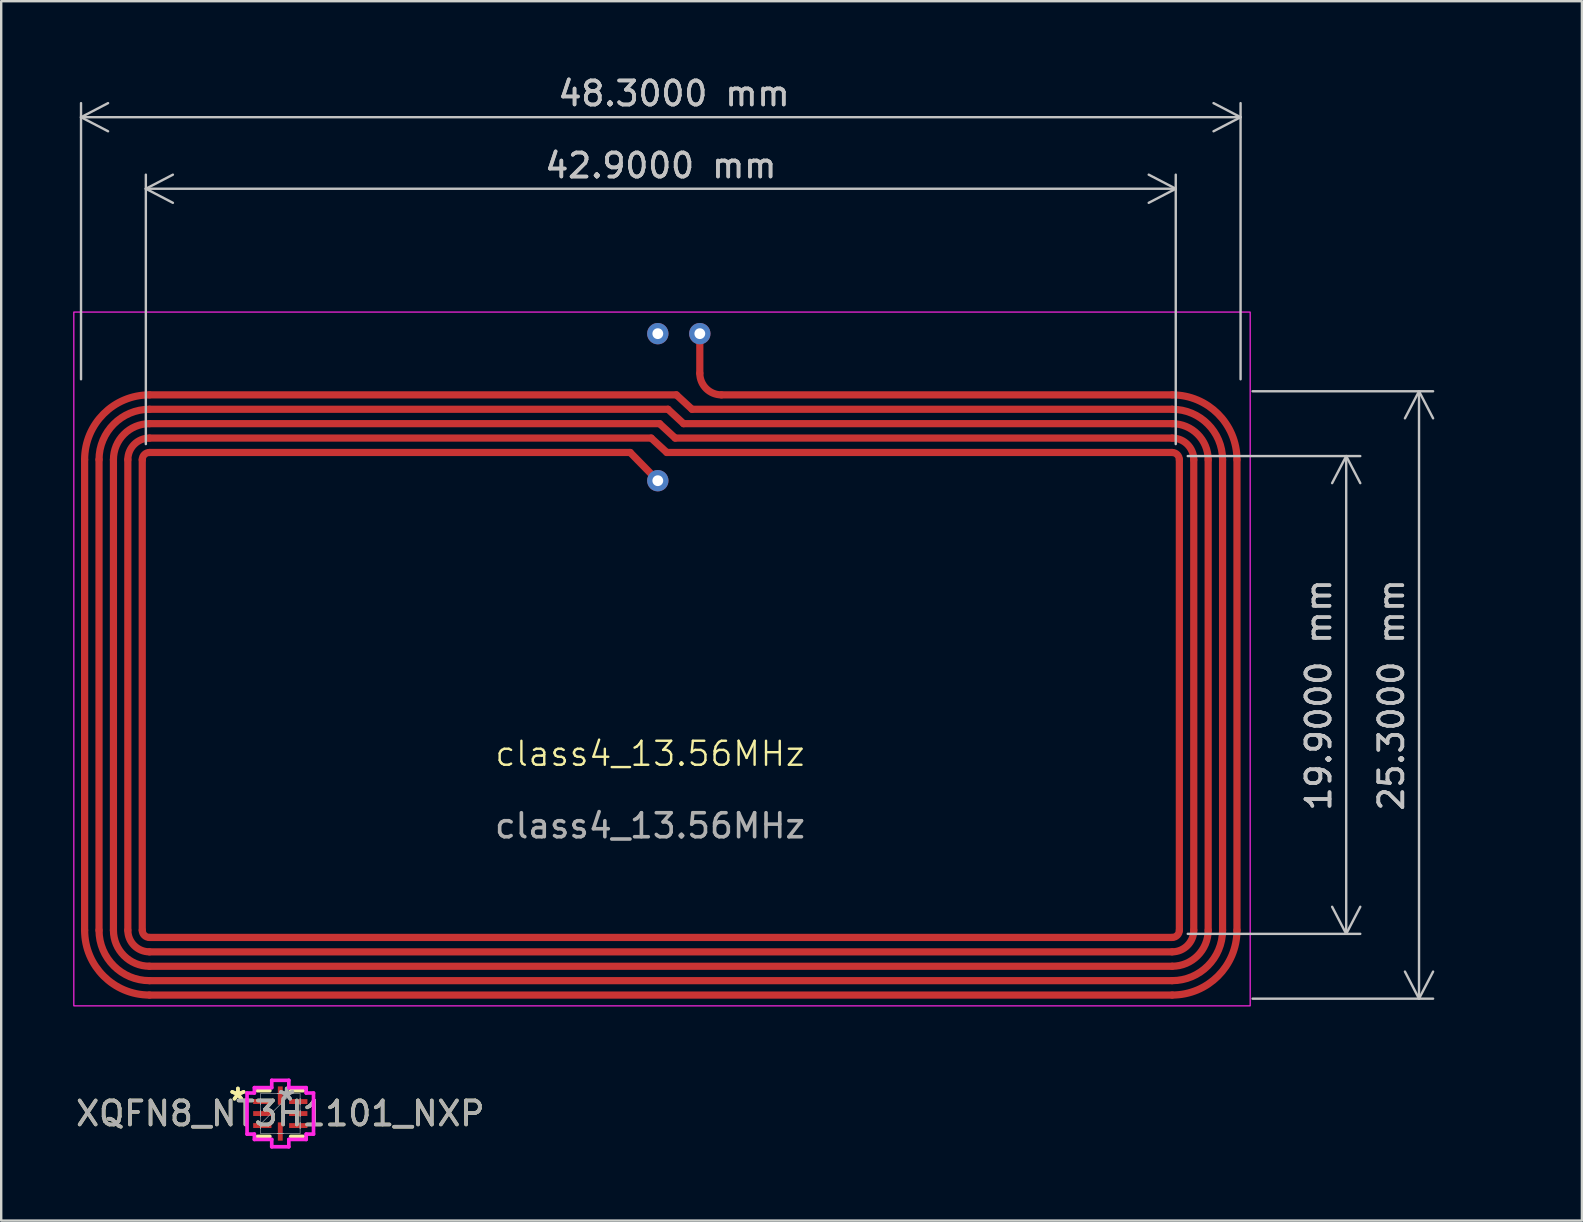
<source format=kicad_pcb>
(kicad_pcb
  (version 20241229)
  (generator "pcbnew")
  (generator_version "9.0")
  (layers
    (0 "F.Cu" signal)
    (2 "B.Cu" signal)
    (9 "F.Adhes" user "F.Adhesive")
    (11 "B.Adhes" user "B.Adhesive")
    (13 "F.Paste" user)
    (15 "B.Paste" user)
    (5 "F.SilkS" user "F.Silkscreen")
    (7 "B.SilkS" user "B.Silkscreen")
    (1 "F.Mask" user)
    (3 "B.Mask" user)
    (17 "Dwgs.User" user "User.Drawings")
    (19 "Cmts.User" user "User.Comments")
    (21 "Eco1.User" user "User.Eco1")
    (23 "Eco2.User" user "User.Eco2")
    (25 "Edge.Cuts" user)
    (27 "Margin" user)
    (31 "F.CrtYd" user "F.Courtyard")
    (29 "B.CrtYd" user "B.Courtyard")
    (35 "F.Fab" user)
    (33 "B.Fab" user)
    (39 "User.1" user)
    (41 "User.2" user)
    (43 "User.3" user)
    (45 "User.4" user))
  (footprint "XQFN8_NT3H1101_NXP"
    (layer "F.Cu")
    (at 8.625 43.334)
    (property "Reference" "XQFN8_NT3H1101_NXP" (at 0 0 0) (unlocked yes) (layer "F.SilkS") (effects (font (size 1 1) (thickness 0.15))))
    (attr smd)
    (fp_line (start -0.953 0.953) (end -0.434 0.953) (stroke (width 0.152) (type solid)) (layer "F.SilkS"))
    (fp_line (start -0.434 -0.953) (end -0.953 -0.953) (stroke (width 0.152) (type solid)) (layer "F.SilkS"))
    (fp_line (start 0.434 0.953) (end 0.953 0.953) (stroke (width 0.152) (type solid)) (layer "F.SilkS"))
    (fp_line (start 0.953 -0.953) (end 0.434 -0.953) (stroke (width 0.152) (type solid)) (layer "F.SilkS"))
    (fp_line (start -1.384 -0.856) (end -1.079 -0.856) (stroke (width 0.152) (type solid)) (layer "F.CrtYd"))
    (fp_line (start -1.384 0.856) (end -1.384 -0.856) (stroke (width 0.152) (type solid)) (layer "F.CrtYd"))
    (fp_line (start -1.079 -1.079) (end -0.356 -1.079) (stroke (width 0.152) (type solid)) (layer "F.CrtYd"))
    (fp_line (start -1.079 -0.856) (end -1.079 -1.079) (stroke (width 0.152) (type solid)) (layer "F.CrtYd"))
    (fp_line (start -1.079 0.856) (end -1.384 0.856) (stroke (width 0.152) (type solid)) (layer "F.CrtYd"))
    (fp_line (start -1.079 1.079) (end -1.079 0.856) (stroke (width 0.152) (type solid)) (layer "F.CrtYd"))
    (fp_line (start -0.356 -1.384) (end 0.356 -1.384) (stroke (width 0.152) (type solid)) (layer "F.CrtYd"))
    (fp_line (start -0.356 -1.079) (end -0.356 -1.384) (stroke (width 0.152) (type solid)) (layer "F.CrtYd"))
    (fp_line (start -0.356 1.079) (end -1.079 1.079) (stroke (width 0.152) (type solid)) (layer "F.CrtYd"))
    (fp_line (start -0.356 1.384) (end -0.356 1.079) (stroke (width 0.152) (type solid)) (layer "F.CrtYd"))
    (fp_line (start 0.356 -1.384) (end 0.356 -1.079) (stroke (width 0.152) (type solid)) (layer "F.CrtYd"))
    (fp_line (start 0.356 -1.079) (end 1.079 -1.079) (stroke (width 0.152) (type solid)) (layer "F.CrtYd"))
    (fp_line (start 0.356 1.079) (end 0.356 1.384) (stroke (width 0.152) (type solid)) (layer "F.CrtYd"))
    (fp_line (start 0.356 1.384) (end -0.356 1.384) (stroke (width 0.152) (type solid)) (layer "F.CrtYd"))
    (fp_line (start 1.079 -1.079) (end 1.079 -0.856) (stroke (width 0.152) (type solid)) (layer "F.CrtYd"))
    (fp_line (start 1.079 -0.856) (end 1.384 -0.856) (stroke (width 0.152) (type solid)) (layer "F.CrtYd"))
    (fp_line (start 1.079 0.856) (end 1.079 1.079) (stroke (width 0.152) (type solid)) (layer "F.CrtYd"))
    (fp_line (start 1.079 1.079) (end 0.356 1.079) (stroke (width 0.152) (type solid)) (layer "F.CrtYd"))
    (fp_line (start 1.384 -0.856) (end 1.384 0.856) (stroke (width 0.152) (type solid)) (layer "F.CrtYd"))
    (fp_line (start 1.384 0.856) (end 1.079 0.856) (stroke (width 0.152) (type solid)) (layer "F.CrtYd"))
    (fp_line (start -0.826 -0.826) (end -0.826 0.826) (stroke (width 0.025) (type solid)) (layer "F.Fab"))
    (fp_line (start -0.826 -0.627) (end -0.826 -0.627) (stroke (width 0.025) (type solid)) (layer "F.Fab"))
    (fp_line (start -0.826 -0.627) (end -0.826 -0.373) (stroke (width 0.025) (type solid)) (layer "F.Fab"))
    (fp_line (start -0.826 -0.373) (end -0.826 -0.627) (stroke (width 0.025) (type solid)) (layer "F.Fab"))
    (fp_line (start -0.826 -0.373) (end -0.826 -0.373) (stroke (width 0.025) (type solid)) (layer "F.Fab"))
    (fp_line (start -0.826 -0.127) (end -0.826 -0.127) (stroke (width 0.025) (type solid)) (layer "F.Fab"))
    (fp_line (start -0.826 -0.127) (end -0.826 0.127) (stroke (width 0.025) (type solid)) (layer "F.Fab"))
    (fp_line (start -0.826 0.127) (end -0.826 -0.127) (stroke (width 0.025) (type solid)) (layer "F.Fab"))
    (fp_line (start -0.826 0.127) (end -0.826 0.127) (stroke (width 0.025) (type solid)) (layer "F.Fab"))
    (fp_line (start -0.826 0.373) (end -0.826 0.373) (stroke (width 0.025) (type solid)) (layer "F.Fab"))
    (fp_line (start -0.826 0.373) (end -0.826 0.627) (stroke (width 0.025) (type solid)) (layer "F.Fab"))
    (fp_line (start -0.826 0.445) (end 0.445 -0.826) (stroke (width 0.025) (type solid)) (layer "F.Fab"))
    (fp_line (start -0.826 0.627) (end -0.826 0.373) (stroke (width 0.025) (type solid)) (layer "F.Fab"))
    (fp_line (start -0.826 0.627) (end -0.826 0.627) (stroke (width 0.025) (type solid)) (layer "F.Fab"))
    (fp_line (start -0.826 0.826) (end 0.826 0.826) (stroke (width 0.025) (type solid)) (layer "F.Fab"))
    (fp_line (start -0.127 -0.826) (end -0.127 -0.826) (stroke (width 0.025) (type solid)) (layer "F.Fab"))
    (fp_line (start -0.127 -0.826) (end 0.127 -0.826) (stroke (width 0.025) (type solid)) (layer "F.Fab"))
    (fp_line (start -0.127 0.826) (end -0.127 0.826) (stroke (width 0.025) (type solid)) (layer "F.Fab"))
    (fp_line (start -0.127 0.826) (end 0.127 0.826) (stroke (width 0.025) (type solid)) (layer "F.Fab"))
    (fp_line (start 0.127 -0.826) (end -0.127 -0.826) (stroke (width 0.025) (type solid)) (layer "F.Fab"))
    (fp_line (start 0.127 -0.826) (end 0.127 -0.826) (stroke (width 0.025) (type solid)) (layer "F.Fab"))
    (fp_line (start 0.127 0.826) (end -0.127 0.826) (stroke (width 0.025) (type solid)) (layer "F.Fab"))
    (fp_line (start 0.127 0.826) (end 0.127 0.826) (stroke (width 0.025) (type solid)) (layer "F.Fab"))
    (fp_line (start 0.826 -0.826) (end -0.826 -0.826) (stroke (width 0.025) (type solid)) (layer "F.Fab"))
    (fp_line (start 0.826 -0.627) (end 0.826 -0.627) (stroke (width 0.025) (type solid)) (layer "F.Fab"))
    (fp_line (start 0.826 -0.627) (end 0.826 -0.373) (stroke (width 0.025) (type solid)) (layer "F.Fab"))
    (fp_line (start 0.826 -0.373) (end 0.826 -0.627) (stroke (width 0.025) (type solid)) (layer "F.Fab"))
    (fp_line (start 0.826 -0.373) (end 0.826 -0.373) (stroke (width 0.025) (type solid)) (layer "F.Fab"))
    (fp_line (start 0.826 -0.127) (end 0.826 -0.127) (stroke (width 0.025) (type solid)) (layer "F.Fab"))
    (fp_line (start 0.826 -0.127) (end 0.826 0.127) (stroke (width 0.025) (type solid)) (layer "F.Fab"))
    (fp_line (start 0.826 0.127) (end 0.826 -0.127) (stroke (width 0.025) (type solid)) (layer "F.Fab"))
    (fp_line (start 0.826 0.127) (end 0.826 0.127) (stroke (width 0.025) (type solid)) (layer "F.Fab"))
    (fp_line (start 0.826 0.373) (end 0.826 0.373) (stroke (width 0.025) (type solid)) (layer "F.Fab"))
    (fp_line (start 0.826 0.373) (end 0.826 0.627) (stroke (width 0.025) (type solid)) (layer "F.Fab"))
    (fp_line (start 0.826 0.627) (end 0.826 0.373) (stroke (width 0.025) (type solid)) (layer "F.Fab"))
    (fp_line (start 0.826 0.627) (end 0.826 0.627) (stroke (width 0.025) (type solid)) (layer "F.Fab"))
    (fp_line (start 0.826 0.826) (end 0.826 -0.826) (stroke (width 0.025) (type solid)) (layer "F.Fab"))
    (fp_text user "*" (at -1.765 -0.5 0) (unlocked yes) (layer "F.SilkS") (effects (font (size 1 1) (thickness 0.15))))
    (fp_text user "*" (at -1.765 -0.5 0) (layer "F.SilkS") (effects (font (size 1 1) (thickness 0.15))))
    (fp_text user "*" (at 0.267 -0.5 0) (unlocked yes) (layer "F.Fab") (effects (font (size 1 1) (thickness 0.15))))
    (fp_text user "${REFERENCE}" (at 0 0 0) (unlocked yes) (layer "F.Fab") (effects (font (size 1 1) (thickness 0.15))))
    (fp_text user "*" (at 0.267 -0.5 0) (layer "F.Fab") (effects (font (size 1 1) (thickness 0.15))))
    (pad "1" smd rect (at -0.749 -0.5 90) (size 0.203 0.762) (layers "F.Cu" "F.Mask" "F.Paste"))
    (pad "2" smd rect (at -0.749 0 90) (size 0.203 0.762) (layers "F.Cu" "F.Mask" "F.Paste"))
    (pad "3" smd rect (at -0.749 0.5 90) (size 0.203 0.762) (layers "F.Cu" "F.Mask" "F.Paste"))
    (pad "4" smd rect (at 0 0.749) (size 0.203 0.762) (layers "F.Cu" "F.Mask" "F.Paste"))
    (pad "5" smd rect (at 0.749 0.5 90) (size 0.203 0.762) (layers "F.Cu" "F.Mask" "F.Paste"))
    (pad "6" smd rect (at 0.749 0 90) (size 0.203 0.762) (layers "F.Cu" "F.Mask" "F.Paste"))
    (pad "7" smd rect (at 0.749 -0.5 90) (size 0.203 0.762) (layers "F.Cu" "F.Mask" "F.Paste"))
    (pad "8" smd rect (at 0 -0.749) (size 0.203 0.762) (layers "F.Cu" "F.Mask" "F.Paste")))
  (footprint "class4_13.56MHz"
    (layer "F.Cu")
    (at 24.025 28.848)
    (property "Reference" "class4_13.56MHz" (at 0 -0.5 0) (unlocked yes) (layer "F.SilkS") (effects (font (size 1 1) (thickness 0.1))))
    (attr through_hole)
    (fp_line (start -23.55 -12.75) (end -23.55 6.85) (stroke (width 0.3) (type default)) (layer "F.Cu"))
    (fp_line (start -22.95 -12.75) (end -22.95 6.85) (stroke (width 0.3) (type default)) (layer "F.Cu"))
    (fp_line (start -22.35 -12.75) (end -22.35 6.85) (stroke (width 0.3) (type default)) (layer "F.Cu"))
    (fp_line (start -21.75 -12.75) (end -21.75 6.85) (stroke (width 0.3) (type default)) (layer "F.Cu"))
    (fp_line (start -21.15 -12.75) (end -21.15 6.85) (stroke (width 0.3) (type default)) (layer "F.Cu"))
    (fp_line (start -20.85 7.15) (end 21.75 7.15) (stroke (width 0.3) (type default)) (layer "F.Cu"))
    (fp_line (start -20.85 7.75) (end 21.75 7.75) (stroke (width 0.3) (type default)) (layer "F.Cu"))
    (fp_line (start -20.85 8.35) (end 21.75 8.35) (stroke (width 0.3) (type default)) (layer "F.Cu"))
    (fp_line (start -20.85 8.95) (end 21.75 8.95) (stroke (width 0.3) (type default)) (layer "F.Cu"))
    (fp_line (start -20.85 9.55) (end 21.75 9.55) (stroke (width 0.3) (type default)) (layer "F.Cu"))
    (fp_line (start -0.825 -13.05) (end -20.85 -13.05) (stroke (width 0.3) (type default)) (layer "F.Cu"))
    (fp_line (start 0.05 -13.65) (end -20.85 -13.65) (stroke (width 0.3) (type default)) (layer "F.Cu"))
    (fp_line (start 0.325 -11.875) (end -0.825 -13.05) (stroke (width 0.3) (type default)) (layer "F.Cu"))
    (fp_line (start 0.4 -14.25) (end -20.85 -14.25) (stroke (width 0.3) (type default)) (layer "F.Cu"))
    (fp_line (start 0.7 -13.05) (end 0.05 -13.65) (stroke (width 0.3) (type default)) (layer "F.Cu"))
    (fp_line (start 0.75 -14.85) (end -20.85 -14.85) (stroke (width 0.3) (type default)) (layer "F.Cu"))
    (fp_line (start 1.05 -13.65) (end 0.4 -14.25) (stroke (width 0.3) (type default)) (layer "F.Cu"))
    (fp_line (start 1.1 -15.45) (end -20.85 -15.45) (stroke (width 0.3) (type default)) (layer "F.Cu"))
    (fp_line (start 1.4 -14.25) (end 0.75 -14.85) (stroke (width 0.3) (type default)) (layer "F.Cu"))
    (fp_line (start 1.75 -14.85) (end 1.1 -15.45) (stroke (width 0.3) (type default)) (layer "F.Cu"))
    (fp_line (start 2.075 -18) (end 2.075 -16.35) (stroke (width 0.3) (type default)) (layer "F.Cu"))
    (fp_line (start 21.75 -15.45) (end 2.975 -15.45) (stroke (width 0.3) (type default)) (layer "F.Cu"))
    (fp_line (start 21.75 -14.85) (end 1.75 -14.85) (stroke (width 0.3) (type default)) (layer "F.Cu"))
    (fp_line (start 21.75 -14.25) (end 1.4 -14.25) (stroke (width 0.3) (type default)) (layer "F.Cu"))
    (fp_line (start 21.75 -13.65) (end 1.05 -13.65) (stroke (width 0.3) (type default)) (layer "F.Cu"))
    (fp_line (start 21.75 -13.05) (end 0.7 -13.05) (stroke (width 0.3) (type default)) (layer "F.Cu"))
    (fp_line (start 22.05 6.85) (end 22.05 -12.75) (stroke (width 0.3) (type default)) (layer "F.Cu"))
    (fp_line (start 22.65 6.85) (end 22.65 -12.75) (stroke (width 0.3) (type default)) (layer "F.Cu"))
    (fp_line (start 23.25 6.85) (end 23.25 -12.75) (stroke (width 0.3) (type default)) (layer "F.Cu"))
    (fp_line (start 23.85 6.85) (end 23.85 -12.75) (stroke (width 0.3) (type default)) (layer "F.Cu"))
    (fp_line (start 24.45 6.85) (end 24.45 -12.75) (stroke (width 0.3) (type default)) (layer "F.Cu"))
    (fp_arc (start -23.55 -12.75) (mid -22.759188 -14.659188) (end -20.85 -15.45) (stroke (width 0.3) (type default)) (layer "F.Cu"))
    (fp_arc (start -22.95 -12.75) (mid -22.334924 -14.234924) (end -20.85 -14.85) (stroke (width 0.3) (type default)) (layer "F.Cu"))
    (fp_arc (start -22.35 -12.75) (mid -21.91066 -13.81066) (end -20.85 -14.25) (stroke (width 0.3) (type default)) (layer "F.Cu"))
    (fp_arc (start -21.75 -12.75) (mid -21.486396 -13.386396) (end -20.85 -13.65) (stroke (width 0.3) (type default)) (layer "F.Cu"))
    (fp_arc (start -21.15 -12.75) (mid -21.062132 -12.962132) (end -20.85 -13.05) (stroke (width 0.3) (type default)) (layer "F.Cu"))
    (fp_arc (start -20.85 7.15) (mid -21.062132 7.062132) (end -21.15 6.85) (stroke (width 0.3) (type default)) (layer "F.Cu"))
    (fp_arc (start -20.85 7.75) (mid -21.486396 7.486396) (end -21.75 6.85) (stroke (width 0.3) (type default)) (layer "F.Cu"))
    (fp_arc (start -20.85 8.35) (mid -21.91066 7.91066) (end -22.35 6.85) (stroke (width 0.3) (type default)) (layer "F.Cu"))
    (fp_arc (start -20.85 8.95) (mid -22.334924 8.334924) (end -22.95 6.85) (stroke (width 0.3) (type default)) (layer "F.Cu"))
    (fp_arc (start -20.85 9.55) (mid -22.759188 8.759188) (end -23.55 6.85) (stroke (width 0.3) (type default)) (layer "F.Cu"))
    (fp_arc (start 2.975 -15.45) (mid 2.338604 -15.713604) (end 2.075 -16.35) (stroke (width 0.3) (type default)) (layer "F.Cu"))
    (fp_arc (start 21.75 -15.45) (mid 23.659188 -14.659188) (end 24.45 -12.75) (stroke (width 0.3) (type default)) (layer "F.Cu"))
    (fp_arc (start 21.75 -14.85) (mid 23.234924 -14.234924) (end 23.85 -12.75) (stroke (width 0.3) (type default)) (layer "F.Cu"))
    (fp_arc (start 21.75 -14.25) (mid 22.81066 -13.81066) (end 23.25 -12.75) (stroke (width 0.3) (type default)) (layer "F.Cu"))
    (fp_arc (start 21.75 -13.65) (mid 22.386396 -13.386396) (end 22.65 -12.75) (stroke (width 0.3) (type default)) (layer "F.Cu"))
    (fp_arc (start 21.75 -13.05) (mid 21.962132 -12.962132) (end 22.05 -12.75) (stroke (width 0.3) (type default)) (layer "F.Cu"))
    (fp_arc (start 22.05 6.85) (mid 21.962132 7.062132) (end 21.75 7.15) (stroke (width 0.3) (type default)) (layer "F.Cu"))
    (fp_arc (start 22.65 6.85) (mid 22.386396 7.486396) (end 21.75 7.75) (stroke (width 0.3) (type default)) (layer "F.Cu"))
    (fp_arc (start 23.25 6.85) (mid 22.81066 7.91066) (end 21.75 8.35) (stroke (width 0.3) (type default)) (layer "F.Cu"))
    (fp_arc (start 23.85 6.85) (mid 23.234924 8.334924) (end 21.75 8.95) (stroke (width 0.3) (type default)) (layer "F.Cu"))
    (fp_arc (start 24.45 6.85) (mid 23.659188 8.759188) (end 21.75 9.55) (stroke (width 0.3) (type default)) (layer "F.Cu"))
    (fp_rect (start -24 -18.9) (end 25 10) (stroke (width 0.05) (type default)) (fill no) (layer "F.CrtYd"))
    (fp_text user "${REFERENCE}" (at 0 2.5 0) (unlocked yes) (layer "F.Fab") (effects (font (size 1 1) (thickness 0.15))))
    (dimension (type aligned) (layer "Dwgs.User") (pts (xy 45.925 15.948) (xy 45.925 35.848)) (height -7.1) (format (prefix "") (suffix "") (units 3) (units_format 1) (precision 4)) (style (thickness 0.1) (arrow_length 1.27) (text_position_mode 0) (arrow_direction outward) (extension_height 0.586) (extension_offset 0.5) (keep_text_aligned yes)) (gr_text "19.9000 mm" (at 51.875 25.898 90) (layer "Dwgs.User") (effects (font (size 1 1) (thickness 0.15)))))
    (dimension (type aligned) (layer "Dwgs.User") (pts (xy 3.025 15.948) (xy 45.925 15.948)) (height -11.136) (format (prefix "") (suffix "") (units 3) (units_format 1) (precision 4)) (style (thickness 0.1) (arrow_length 1.27) (text_position_mode 2) (arrow_direction outward) (extension_height 0.586) (extension_offset 0.5) (keep_text_aligned yes)) (gr_text "42.9000 mm" (at 24.475 3.848 0) (layer "Dwgs.User") (effects (font (size 1 1) (thickness 0.15)))))
    (dimension (type aligned) (layer "Dwgs.User") (pts (xy 0.325 13.248) (xy 48.625 13.248)) (height -11.416) (format (prefix "") (suffix "") (units 3) (units_format 1) (precision 4)) (style (thickness 0.1) (arrow_length 1.27) (text_position_mode 2) (arrow_direction outward) (extension_height 0.586) (extension_offset 0.5) (keep_text_aligned yes)) (gr_text "48.3000 mm" (at 25.025 0.848 0) (layer "Dwgs.User") (effects (font (size 1 1) (thickness 0.15)))))
    (dimension (type aligned) (layer "Dwgs.User") (pts (xy 48.625 13.248) (xy 48.625 38.548)) (height -7.433) (format (prefix "") (suffix "") (units 3) (units_format 1) (precision 4)) (style (thickness 0.1) (arrow_length 1.27) (text_position_mode 0) (arrow_direction outward) (extension_height 0.586) (extension_offset 0.5) (keep_text_aligned yes)) (gr_text "25.3000 mm" (at 54.908 25.898 90) (layer "Dwgs.User") (effects (font (size 1 1) (thickness 0.15)))))
    (pad "1" thru_hole circle (at 2.075 -18) (size 0.89 0.89) (drill 0.45) (layers "*.Cu"))
    (pad "2" thru_hole circle (at 0.325 -18) (size 0.89 0.89) (drill 0.45) (layers "*.Cu"))
    (pad "2" thru_hole circle (at 0.325 -11.875) (size 0.89 0.89) (drill 0.45) (layers "*.Cu")))
  (gr_rect
    (start -3 -3)
    (end 62.843 47.794)
    (stroke (width 0.1) (type default))
    (fill no)
    (layer "Edge.Cuts")))
</source>
